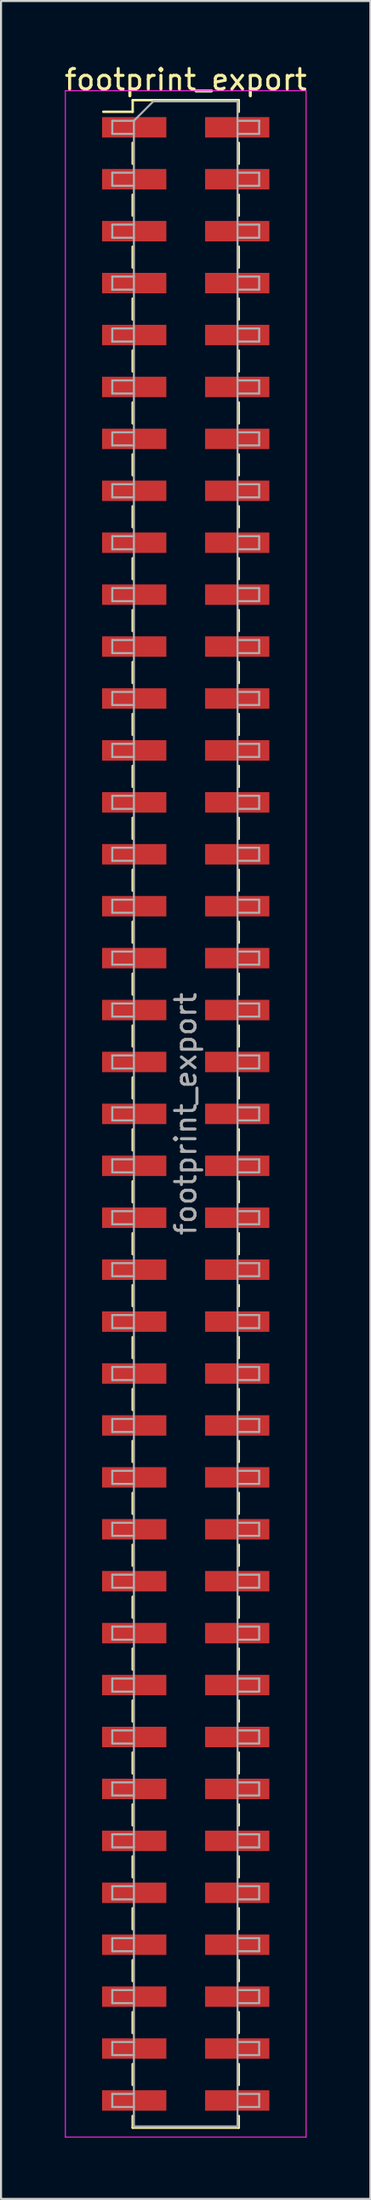
<source format=kicad_pcb>
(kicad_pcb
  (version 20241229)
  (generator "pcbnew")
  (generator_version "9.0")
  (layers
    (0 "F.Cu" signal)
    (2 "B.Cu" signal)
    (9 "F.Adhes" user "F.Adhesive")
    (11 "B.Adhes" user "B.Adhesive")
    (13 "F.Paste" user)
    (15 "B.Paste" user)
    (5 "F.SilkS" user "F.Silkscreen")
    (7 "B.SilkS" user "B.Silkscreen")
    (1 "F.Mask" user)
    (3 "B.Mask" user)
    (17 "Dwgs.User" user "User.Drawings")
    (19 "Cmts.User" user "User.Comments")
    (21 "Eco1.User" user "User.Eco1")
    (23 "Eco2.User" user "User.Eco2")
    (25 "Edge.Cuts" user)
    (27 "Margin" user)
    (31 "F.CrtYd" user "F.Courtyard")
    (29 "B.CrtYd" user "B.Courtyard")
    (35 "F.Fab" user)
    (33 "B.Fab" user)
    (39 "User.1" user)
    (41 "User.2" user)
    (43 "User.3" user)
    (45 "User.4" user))
  (footprint "footprint_export"
    (layer "F.Cu")
    (at 6.054 51.438)
    (property "Reference" "footprint_export" (at 0 -50.59 0) (layer "F.SilkS") (effects (font (size 1 1) (thickness 0.15))))
    (attr smd)
    (fp_line (start -4.04 -49.02) (end -2.6 -49.02) (stroke (width 0.12) (type solid)) (layer "F.SilkS"))
    (fp_line (start -2.6 -49.59) (end -2.6 -49.02) (stroke (width 0.12) (type solid)) (layer "F.SilkS"))
    (fp_line (start -2.6 -49.59) (end 2.6 -49.59) (stroke (width 0.12) (type solid)) (layer "F.SilkS"))
    (fp_line (start -2.6 -47.5) (end -2.6 -46.48) (stroke (width 0.12) (type solid)) (layer "F.SilkS"))
    (fp_line (start -2.6 -44.96) (end -2.6 -43.94) (stroke (width 0.12) (type solid)) (layer "F.SilkS"))
    (fp_line (start -2.6 -42.42) (end -2.6 -41.4) (stroke (width 0.12) (type solid)) (layer "F.SilkS"))
    (fp_line (start -2.6 -39.88) (end -2.6 -38.86) (stroke (width 0.12) (type solid)) (layer "F.SilkS"))
    (fp_line (start -2.6 -37.34) (end -2.6 -36.32) (stroke (width 0.12) (type solid)) (layer "F.SilkS"))
    (fp_line (start -2.6 -34.8) (end -2.6 -33.78) (stroke (width 0.12) (type solid)) (layer "F.SilkS"))
    (fp_line (start -2.6 -32.26) (end -2.6 -31.24) (stroke (width 0.12) (type solid)) (layer "F.SilkS"))
    (fp_line (start -2.6 -29.72) (end -2.6 -28.7) (stroke (width 0.12) (type solid)) (layer "F.SilkS"))
    (fp_line (start -2.6 -27.18) (end -2.6 -26.16) (stroke (width 0.12) (type solid)) (layer "F.SilkS"))
    (fp_line (start -2.6 -24.64) (end -2.6 -23.62) (stroke (width 0.12) (type solid)) (layer "F.SilkS"))
    (fp_line (start -2.6 -22.1) (end -2.6 -21.08) (stroke (width 0.12) (type solid)) (layer "F.SilkS"))
    (fp_line (start -2.6 -19.56) (end -2.6 -18.54) (stroke (width 0.12) (type solid)) (layer "F.SilkS"))
    (fp_line (start -2.6 -17.02) (end -2.6 -16) (stroke (width 0.12) (type solid)) (layer "F.SilkS"))
    (fp_line (start -2.6 -14.48) (end -2.6 -13.46) (stroke (width 0.12) (type solid)) (layer "F.SilkS"))
    (fp_line (start -2.6 -11.94) (end -2.6 -10.92) (stroke (width 0.12) (type solid)) (layer "F.SilkS"))
    (fp_line (start -2.6 -9.4) (end -2.6 -8.38) (stroke (width 0.12) (type solid)) (layer "F.SilkS"))
    (fp_line (start -2.6 -6.86) (end -2.6 -5.84) (stroke (width 0.12) (type solid)) (layer "F.SilkS"))
    (fp_line (start -2.6 -4.32) (end -2.6 -3.3) (stroke (width 0.12) (type solid)) (layer "F.SilkS"))
    (fp_line (start -2.6 -1.78) (end -2.6 -0.76) (stroke (width 0.12) (type solid)) (layer "F.SilkS"))
    (fp_line (start -2.6 0.76) (end -2.6 1.78) (stroke (width 0.12) (type solid)) (layer "F.SilkS"))
    (fp_line (start -2.6 3.3) (end -2.6 4.32) (stroke (width 0.12) (type solid)) (layer "F.SilkS"))
    (fp_line (start -2.6 5.84) (end -2.6 6.86) (stroke (width 0.12) (type solid)) (layer "F.SilkS"))
    (fp_line (start -2.6 8.38) (end -2.6 9.4) (stroke (width 0.12) (type solid)) (layer "F.SilkS"))
    (fp_line (start -2.6 10.92) (end -2.6 11.94) (stroke (width 0.12) (type solid)) (layer "F.SilkS"))
    (fp_line (start -2.6 13.46) (end -2.6 14.48) (stroke (width 0.12) (type solid)) (layer "F.SilkS"))
    (fp_line (start -2.6 16) (end -2.6 17.02) (stroke (width 0.12) (type solid)) (layer "F.SilkS"))
    (fp_line (start -2.6 18.54) (end -2.6 19.56) (stroke (width 0.12) (type solid)) (layer "F.SilkS"))
    (fp_line (start -2.6 21.08) (end -2.6 22.1) (stroke (width 0.12) (type solid)) (layer "F.SilkS"))
    (fp_line (start -2.6 23.62) (end -2.6 24.64) (stroke (width 0.12) (type solid)) (layer "F.SilkS"))
    (fp_line (start -2.6 26.16) (end -2.6 27.18) (stroke (width 0.12) (type solid)) (layer "F.SilkS"))
    (fp_line (start -2.6 28.7) (end -2.6 29.72) (stroke (width 0.12) (type solid)) (layer "F.SilkS"))
    (fp_line (start -2.6 31.24) (end -2.6 32.26) (stroke (width 0.12) (type solid)) (layer "F.SilkS"))
    (fp_line (start -2.6 33.78) (end -2.6 34.8) (stroke (width 0.12) (type solid)) (layer "F.SilkS"))
    (fp_line (start -2.6 36.32) (end -2.6 37.34) (stroke (width 0.12) (type solid)) (layer "F.SilkS"))
    (fp_line (start -2.6 38.86) (end -2.6 39.88) (stroke (width 0.12) (type solid)) (layer "F.SilkS"))
    (fp_line (start -2.6 41.4) (end -2.6 42.42) (stroke (width 0.12) (type solid)) (layer "F.SilkS"))
    (fp_line (start -2.6 43.94) (end -2.6 44.96) (stroke (width 0.12) (type solid)) (layer "F.SilkS"))
    (fp_line (start -2.6 46.48) (end -2.6 47.5) (stroke (width 0.12) (type solid)) (layer "F.SilkS"))
    (fp_line (start -2.6 49.02) (end -2.6 49.59) (stroke (width 0.12) (type solid)) (layer "F.SilkS"))
    (fp_line (start -2.6 49.59) (end 2.6 49.59) (stroke (width 0.12) (type solid)) (layer "F.SilkS"))
    (fp_line (start 2.6 -49.59) (end 2.6 -49.02) (stroke (width 0.12) (type solid)) (layer "F.SilkS"))
    (fp_line (start 2.6 -47.5) (end 2.6 -46.48) (stroke (width 0.12) (type solid)) (layer "F.SilkS"))
    (fp_line (start 2.6 -44.96) (end 2.6 -43.94) (stroke (width 0.12) (type solid)) (layer "F.SilkS"))
    (fp_line (start 2.6 -42.42) (end 2.6 -41.4) (stroke (width 0.12) (type solid)) (layer "F.SilkS"))
    (fp_line (start 2.6 -39.88) (end 2.6 -38.86) (stroke (width 0.12) (type solid)) (layer "F.SilkS"))
    (fp_line (start 2.6 -37.34) (end 2.6 -36.32) (stroke (width 0.12) (type solid)) (layer "F.SilkS"))
    (fp_line (start 2.6 -34.8) (end 2.6 -33.78) (stroke (width 0.12) (type solid)) (layer "F.SilkS"))
    (fp_line (start 2.6 -32.26) (end 2.6 -31.24) (stroke (width 0.12) (type solid)) (layer "F.SilkS"))
    (fp_line (start 2.6 -29.72) (end 2.6 -28.7) (stroke (width 0.12) (type solid)) (layer "F.SilkS"))
    (fp_line (start 2.6 -27.18) (end 2.6 -26.16) (stroke (width 0.12) (type solid)) (layer "F.SilkS"))
    (fp_line (start 2.6 -24.64) (end 2.6 -23.62) (stroke (width 0.12) (type solid)) (layer "F.SilkS"))
    (fp_line (start 2.6 -22.1) (end 2.6 -21.08) (stroke (width 0.12) (type solid)) (layer "F.SilkS"))
    (fp_line (start 2.6 -19.56) (end 2.6 -18.54) (stroke (width 0.12) (type solid)) (layer "F.SilkS"))
    (fp_line (start 2.6 -17.02) (end 2.6 -16) (stroke (width 0.12) (type solid)) (layer "F.SilkS"))
    (fp_line (start 2.6 -14.48) (end 2.6 -13.46) (stroke (width 0.12) (type solid)) (layer "F.SilkS"))
    (fp_line (start 2.6 -11.94) (end 2.6 -10.92) (stroke (width 0.12) (type solid)) (layer "F.SilkS"))
    (fp_line (start 2.6 -9.4) (end 2.6 -8.38) (stroke (width 0.12) (type solid)) (layer "F.SilkS"))
    (fp_line (start 2.6 -6.86) (end 2.6 -5.84) (stroke (width 0.12) (type solid)) (layer "F.SilkS"))
    (fp_line (start 2.6 -4.32) (end 2.6 -3.3) (stroke (width 0.12) (type solid)) (layer "F.SilkS"))
    (fp_line (start 2.6 -1.78) (end 2.6 -0.76) (stroke (width 0.12) (type solid)) (layer "F.SilkS"))
    (fp_line (start 2.6 0.76) (end 2.6 1.78) (stroke (width 0.12) (type solid)) (layer "F.SilkS"))
    (fp_line (start 2.6 3.3) (end 2.6 4.32) (stroke (width 0.12) (type solid)) (layer "F.SilkS"))
    (fp_line (start 2.6 5.84) (end 2.6 6.86) (stroke (width 0.12) (type solid)) (layer "F.SilkS"))
    (fp_line (start 2.6 8.38) (end 2.6 9.4) (stroke (width 0.12) (type solid)) (layer "F.SilkS"))
    (fp_line (start 2.6 10.92) (end 2.6 11.94) (stroke (width 0.12) (type solid)) (layer "F.SilkS"))
    (fp_line (start 2.6 13.46) (end 2.6 14.48) (stroke (width 0.12) (type solid)) (layer "F.SilkS"))
    (fp_line (start 2.6 16) (end 2.6 17.02) (stroke (width 0.12) (type solid)) (layer "F.SilkS"))
    (fp_line (start 2.6 18.54) (end 2.6 19.56) (stroke (width 0.12) (type solid)) (layer "F.SilkS"))
    (fp_line (start 2.6 21.08) (end 2.6 22.1) (stroke (width 0.12) (type solid)) (layer "F.SilkS"))
    (fp_line (start 2.6 23.62) (end 2.6 24.64) (stroke (width 0.12) (type solid)) (layer "F.SilkS"))
    (fp_line (start 2.6 26.16) (end 2.6 27.18) (stroke (width 0.12) (type solid)) (layer "F.SilkS"))
    (fp_line (start 2.6 28.7) (end 2.6 29.72) (stroke (width 0.12) (type solid)) (layer "F.SilkS"))
    (fp_line (start 2.6 31.24) (end 2.6 32.26) (stroke (width 0.12) (type solid)) (layer "F.SilkS"))
    (fp_line (start 2.6 33.78) (end 2.6 34.8) (stroke (width 0.12) (type solid)) (layer "F.SilkS"))
    (fp_line (start 2.6 36.32) (end 2.6 37.34) (stroke (width 0.12) (type solid)) (layer "F.SilkS"))
    (fp_line (start 2.6 38.86) (end 2.6 39.88) (stroke (width 0.12) (type solid)) (layer "F.SilkS"))
    (fp_line (start 2.6 41.4) (end 2.6 42.42) (stroke (width 0.12) (type solid)) (layer "F.SilkS"))
    (fp_line (start 2.6 43.94) (end 2.6 44.96) (stroke (width 0.12) (type solid)) (layer "F.SilkS"))
    (fp_line (start 2.6 46.48) (end 2.6 47.5) (stroke (width 0.12) (type solid)) (layer "F.SilkS"))
    (fp_line (start 2.6 49.02) (end 2.6 49.59) (stroke (width 0.12) (type solid)) (layer "F.SilkS"))
    (fp_line (start -5.9 -50.05) (end -5.9 50.05) (stroke (width 0.05) (type solid)) (layer "F.CrtYd"))
    (fp_line (start -5.9 50.05) (end 5.9 50.05) (stroke (width 0.05) (type solid)) (layer "F.CrtYd"))
    (fp_line (start 5.9 -50.05) (end -5.9 -50.05) (stroke (width 0.05) (type solid)) (layer "F.CrtYd"))
    (fp_line (start 5.9 50.05) (end 5.9 -50.05) (stroke (width 0.05) (type solid)) (layer "F.CrtYd"))
    (fp_line (start -3.6 -48.58) (end -3.6 -47.94) (stroke (width 0.1) (type solid)) (layer "F.Fab"))
    (fp_line (start -3.6 -47.94) (end -2.54 -47.94) (stroke (width 0.1) (type solid)) (layer "F.Fab"))
    (fp_line (start -3.6 -46.04) (end -3.6 -45.4) (stroke (width 0.1) (type solid)) (layer "F.Fab"))
    (fp_line (start -3.6 -45.4) (end -2.54 -45.4) (stroke (width 0.1) (type solid)) (layer "F.Fab"))
    (fp_line (start -3.6 -43.5) (end -3.6 -42.86) (stroke (width 0.1) (type solid)) (layer "F.Fab"))
    (fp_line (start -3.6 -42.86) (end -2.54 -42.86) (stroke (width 0.1) (type solid)) (layer "F.Fab"))
    (fp_line (start -3.6 -40.96) (end -3.6 -40.32) (stroke (width 0.1) (type solid)) (layer "F.Fab"))
    (fp_line (start -3.6 -40.32) (end -2.54 -40.32) (stroke (width 0.1) (type solid)) (layer "F.Fab"))
    (fp_line (start -3.6 -38.42) (end -3.6 -37.78) (stroke (width 0.1) (type solid)) (layer "F.Fab"))
    (fp_line (start -3.6 -37.78) (end -2.54 -37.78) (stroke (width 0.1) (type solid)) (layer "F.Fab"))
    (fp_line (start -3.6 -35.88) (end -3.6 -35.24) (stroke (width 0.1) (type solid)) (layer "F.Fab"))
    (fp_line (start -3.6 -35.24) (end -2.54 -35.24) (stroke (width 0.1) (type solid)) (layer "F.Fab"))
    (fp_line (start -3.6 -33.34) (end -3.6 -32.7) (stroke (width 0.1) (type solid)) (layer "F.Fab"))
    (fp_line (start -3.6 -32.7) (end -2.54 -32.7) (stroke (width 0.1) (type solid)) (layer "F.Fab"))
    (fp_line (start -3.6 -30.8) (end -3.6 -30.16) (stroke (width 0.1) (type solid)) (layer "F.Fab"))
    (fp_line (start -3.6 -30.16) (end -2.54 -30.16) (stroke (width 0.1) (type solid)) (layer "F.Fab"))
    (fp_line (start -3.6 -28.26) (end -3.6 -27.62) (stroke (width 0.1) (type solid)) (layer "F.Fab"))
    (fp_line (start -3.6 -27.62) (end -2.54 -27.62) (stroke (width 0.1) (type solid)) (layer "F.Fab"))
    (fp_line (start -3.6 -25.72) (end -3.6 -25.08) (stroke (width 0.1) (type solid)) (layer "F.Fab"))
    (fp_line (start -3.6 -25.08) (end -2.54 -25.08) (stroke (width 0.1) (type solid)) (layer "F.Fab"))
    (fp_line (start -3.6 -23.18) (end -3.6 -22.54) (stroke (width 0.1) (type solid)) (layer "F.Fab"))
    (fp_line (start -3.6 -22.54) (end -2.54 -22.54) (stroke (width 0.1) (type solid)) (layer "F.Fab"))
    (fp_line (start -3.6 -20.64) (end -3.6 -20) (stroke (width 0.1) (type solid)) (layer "F.Fab"))
    (fp_line (start -3.6 -20) (end -2.54 -20) (stroke (width 0.1) (type solid)) (layer "F.Fab"))
    (fp_line (start -3.6 -18.1) (end -3.6 -17.46) (stroke (width 0.1) (type solid)) (layer "F.Fab"))
    (fp_line (start -3.6 -17.46) (end -2.54 -17.46) (stroke (width 0.1) (type solid)) (layer "F.Fab"))
    (fp_line (start -3.6 -15.56) (end -3.6 -14.92) (stroke (width 0.1) (type solid)) (layer "F.Fab"))
    (fp_line (start -3.6 -14.92) (end -2.54 -14.92) (stroke (width 0.1) (type solid)) (layer "F.Fab"))
    (fp_line (start -3.6 -13.02) (end -3.6 -12.38) (stroke (width 0.1) (type solid)) (layer "F.Fab"))
    (fp_line (start -3.6 -12.38) (end -2.54 -12.38) (stroke (width 0.1) (type solid)) (layer "F.Fab"))
    (fp_line (start -3.6 -10.48) (end -3.6 -9.84) (stroke (width 0.1) (type solid)) (layer "F.Fab"))
    (fp_line (start -3.6 -9.84) (end -2.54 -9.84) (stroke (width 0.1) (type solid)) (layer "F.Fab"))
    (fp_line (start -3.6 -7.94) (end -3.6 -7.3) (stroke (width 0.1) (type solid)) (layer "F.Fab"))
    (fp_line (start -3.6 -7.3) (end -2.54 -7.3) (stroke (width 0.1) (type solid)) (layer "F.Fab"))
    (fp_line (start -3.6 -5.4) (end -3.6 -4.76) (stroke (width 0.1) (type solid)) (layer "F.Fab"))
    (fp_line (start -3.6 -4.76) (end -2.54 -4.76) (stroke (width 0.1) (type solid)) (layer "F.Fab"))
    (fp_line (start -3.6 -2.86) (end -3.6 -2.22) (stroke (width 0.1) (type solid)) (layer "F.Fab"))
    (fp_line (start -3.6 -2.22) (end -2.54 -2.22) (stroke (width 0.1) (type solid)) (layer "F.Fab"))
    (fp_line (start -3.6 -0.32) (end -3.6 0.32) (stroke (width 0.1) (type solid)) (layer "F.Fab"))
    (fp_line (start -3.6 0.32) (end -2.54 0.32) (stroke (width 0.1) (type solid)) (layer "F.Fab"))
    (fp_line (start -3.6 2.22) (end -3.6 2.86) (stroke (width 0.1) (type solid)) (layer "F.Fab"))
    (fp_line (start -3.6 2.86) (end -2.54 2.86) (stroke (width 0.1) (type solid)) (layer "F.Fab"))
    (fp_line (start -3.6 4.76) (end -3.6 5.4) (stroke (width 0.1) (type solid)) (layer "F.Fab"))
    (fp_line (start -3.6 5.4) (end -2.54 5.4) (stroke (width 0.1) (type solid)) (layer "F.Fab"))
    (fp_line (start -3.6 7.3) (end -3.6 7.94) (stroke (width 0.1) (type solid)) (layer "F.Fab"))
    (fp_line (start -3.6 7.94) (end -2.54 7.94) (stroke (width 0.1) (type solid)) (layer "F.Fab"))
    (fp_line (start -3.6 9.84) (end -3.6 10.48) (stroke (width 0.1) (type solid)) (layer "F.Fab"))
    (fp_line (start -3.6 10.48) (end -2.54 10.48) (stroke (width 0.1) (type solid)) (layer "F.Fab"))
    (fp_line (start -3.6 12.38) (end -3.6 13.02) (stroke (width 0.1) (type solid)) (layer "F.Fab"))
    (fp_line (start -3.6 13.02) (end -2.54 13.02) (stroke (width 0.1) (type solid)) (layer "F.Fab"))
    (fp_line (start -3.6 14.92) (end -3.6 15.56) (stroke (width 0.1) (type solid)) (layer "F.Fab"))
    (fp_line (start -3.6 15.56) (end -2.54 15.56) (stroke (width 0.1) (type solid)) (layer "F.Fab"))
    (fp_line (start -3.6 17.46) (end -3.6 18.1) (stroke (width 0.1) (type solid)) (layer "F.Fab"))
    (fp_line (start -3.6 18.1) (end -2.54 18.1) (stroke (width 0.1) (type solid)) (layer "F.Fab"))
    (fp_line (start -3.6 20) (end -3.6 20.64) (stroke (width 0.1) (type solid)) (layer "F.Fab"))
    (fp_line (start -3.6 20.64) (end -2.54 20.64) (stroke (width 0.1) (type solid)) (layer "F.Fab"))
    (fp_line (start -3.6 22.54) (end -3.6 23.18) (stroke (width 0.1) (type solid)) (layer "F.Fab"))
    (fp_line (start -3.6 23.18) (end -2.54 23.18) (stroke (width 0.1) (type solid)) (layer "F.Fab"))
    (fp_line (start -3.6 25.08) (end -3.6 25.72) (stroke (width 0.1) (type solid)) (layer "F.Fab"))
    (fp_line (start -3.6 25.72) (end -2.54 25.72) (stroke (width 0.1) (type solid)) (layer "F.Fab"))
    (fp_line (start -3.6 27.62) (end -3.6 28.26) (stroke (width 0.1) (type solid)) (layer "F.Fab"))
    (fp_line (start -3.6 28.26) (end -2.54 28.26) (stroke (width 0.1) (type solid)) (layer "F.Fab"))
    (fp_line (start -3.6 30.16) (end -3.6 30.8) (stroke (width 0.1) (type solid)) (layer "F.Fab"))
    (fp_line (start -3.6 30.8) (end -2.54 30.8) (stroke (width 0.1) (type solid)) (layer "F.Fab"))
    (fp_line (start -3.6 32.7) (end -3.6 33.34) (stroke (width 0.1) (type solid)) (layer "F.Fab"))
    (fp_line (start -3.6 33.34) (end -2.54 33.34) (stroke (width 0.1) (type solid)) (layer "F.Fab"))
    (fp_line (start -3.6 35.24) (end -3.6 35.88) (stroke (width 0.1) (type solid)) (layer "F.Fab"))
    (fp_line (start -3.6 35.88) (end -2.54 35.88) (stroke (width 0.1) (type solid)) (layer "F.Fab"))
    (fp_line (start -3.6 37.78) (end -3.6 38.42) (stroke (width 0.1) (type solid)) (layer "F.Fab"))
    (fp_line (start -3.6 38.42) (end -2.54 38.42) (stroke (width 0.1) (type solid)) (layer "F.Fab"))
    (fp_line (start -3.6 40.32) (end -3.6 40.96) (stroke (width 0.1) (type solid)) (layer "F.Fab"))
    (fp_line (start -3.6 40.96) (end -2.54 40.96) (stroke (width 0.1) (type solid)) (layer "F.Fab"))
    (fp_line (start -3.6 42.86) (end -3.6 43.5) (stroke (width 0.1) (type solid)) (layer "F.Fab"))
    (fp_line (start -3.6 43.5) (end -2.54 43.5) (stroke (width 0.1) (type solid)) (layer "F.Fab"))
    (fp_line (start -3.6 45.4) (end -3.6 46.04) (stroke (width 0.1) (type solid)) (layer "F.Fab"))
    (fp_line (start -3.6 46.04) (end -2.54 46.04) (stroke (width 0.1) (type solid)) (layer "F.Fab"))
    (fp_line (start -3.6 47.94) (end -3.6 48.58) (stroke (width 0.1) (type solid)) (layer "F.Fab"))
    (fp_line (start -3.6 48.58) (end -2.54 48.58) (stroke (width 0.1) (type solid)) (layer "F.Fab"))
    (fp_line (start -2.54 -48.58) (end -3.6 -48.58) (stroke (width 0.1) (type solid)) (layer "F.Fab"))
    (fp_line (start -2.54 -48.58) (end -1.59 -49.53) (stroke (width 0.1) (type solid)) (layer "F.Fab"))
    (fp_line (start -2.54 -46.04) (end -3.6 -46.04) (stroke (width 0.1) (type solid)) (layer "F.Fab"))
    (fp_line (start -2.54 -43.5) (end -3.6 -43.5) (stroke (width 0.1) (type solid)) (layer "F.Fab"))
    (fp_line (start -2.54 -40.96) (end -3.6 -40.96) (stroke (width 0.1) (type solid)) (layer "F.Fab"))
    (fp_line (start -2.54 -38.42) (end -3.6 -38.42) (stroke (width 0.1) (type solid)) (layer "F.Fab"))
    (fp_line (start -2.54 -35.88) (end -3.6 -35.88) (stroke (width 0.1) (type solid)) (layer "F.Fab"))
    (fp_line (start -2.54 -33.34) (end -3.6 -33.34) (stroke (width 0.1) (type solid)) (layer "F.Fab"))
    (fp_line (start -2.54 -30.8) (end -3.6 -30.8) (stroke (width 0.1) (type solid)) (layer "F.Fab"))
    (fp_line (start -2.54 -28.26) (end -3.6 -28.26) (stroke (width 0.1) (type solid)) (layer "F.Fab"))
    (fp_line (start -2.54 -25.72) (end -3.6 -25.72) (stroke (width 0.1) (type solid)) (layer "F.Fab"))
    (fp_line (start -2.54 -23.18) (end -3.6 -23.18) (stroke (width 0.1) (type solid)) (layer "F.Fab"))
    (fp_line (start -2.54 -20.64) (end -3.6 -20.64) (stroke (width 0.1) (type solid)) (layer "F.Fab"))
    (fp_line (start -2.54 -18.1) (end -3.6 -18.1) (stroke (width 0.1) (type solid)) (layer "F.Fab"))
    (fp_line (start -2.54 -15.56) (end -3.6 -15.56) (stroke (width 0.1) (type solid)) (layer "F.Fab"))
    (fp_line (start -2.54 -13.02) (end -3.6 -13.02) (stroke (width 0.1) (type solid)) (layer "F.Fab"))
    (fp_line (start -2.54 -10.48) (end -3.6 -10.48) (stroke (width 0.1) (type solid)) (layer "F.Fab"))
    (fp_line (start -2.54 -7.94) (end -3.6 -7.94) (stroke (width 0.1) (type solid)) (layer "F.Fab"))
    (fp_line (start -2.54 -5.4) (end -3.6 -5.4) (stroke (width 0.1) (type solid)) (layer "F.Fab"))
    (fp_line (start -2.54 -2.86) (end -3.6 -2.86) (stroke (width 0.1) (type solid)) (layer "F.Fab"))
    (fp_line (start -2.54 -0.32) (end -3.6 -0.32) (stroke (width 0.1) (type solid)) (layer "F.Fab"))
    (fp_line (start -2.54 2.22) (end -3.6 2.22) (stroke (width 0.1) (type solid)) (layer "F.Fab"))
    (fp_line (start -2.54 4.76) (end -3.6 4.76) (stroke (width 0.1) (type solid)) (layer "F.Fab"))
    (fp_line (start -2.54 7.3) (end -3.6 7.3) (stroke (width 0.1) (type solid)) (layer "F.Fab"))
    (fp_line (start -2.54 9.84) (end -3.6 9.84) (stroke (width 0.1) (type solid)) (layer "F.Fab"))
    (fp_line (start -2.54 12.38) (end -3.6 12.38) (stroke (width 0.1) (type solid)) (layer "F.Fab"))
    (fp_line (start -2.54 14.92) (end -3.6 14.92) (stroke (width 0.1) (type solid)) (layer "F.Fab"))
    (fp_line (start -2.54 17.46) (end -3.6 17.46) (stroke (width 0.1) (type solid)) (layer "F.Fab"))
    (fp_line (start -2.54 20) (end -3.6 20) (stroke (width 0.1) (type solid)) (layer "F.Fab"))
    (fp_line (start -2.54 22.54) (end -3.6 22.54) (stroke (width 0.1) (type solid)) (layer "F.Fab"))
    (fp_line (start -2.54 25.08) (end -3.6 25.08) (stroke (width 0.1) (type solid)) (layer "F.Fab"))
    (fp_line (start -2.54 27.62) (end -3.6 27.62) (stroke (width 0.1) (type solid)) (layer "F.Fab"))
    (fp_line (start -2.54 30.16) (end -3.6 30.16) (stroke (width 0.1) (type solid)) (layer "F.Fab"))
    (fp_line (start -2.54 32.7) (end -3.6 32.7) (stroke (width 0.1) (type solid)) (layer "F.Fab"))
    (fp_line (start -2.54 35.24) (end -3.6 35.24) (stroke (width 0.1) (type solid)) (layer "F.Fab"))
    (fp_line (start -2.54 37.78) (end -3.6 37.78) (stroke (width 0.1) (type solid)) (layer "F.Fab"))
    (fp_line (start -2.54 40.32) (end -3.6 40.32) (stroke (width 0.1) (type solid)) (layer "F.Fab"))
    (fp_line (start -2.54 42.86) (end -3.6 42.86) (stroke (width 0.1) (type solid)) (layer "F.Fab"))
    (fp_line (start -2.54 45.4) (end -3.6 45.4) (stroke (width 0.1) (type solid)) (layer "F.Fab"))
    (fp_line (start -2.54 47.94) (end -3.6 47.94) (stroke (width 0.1) (type solid)) (layer "F.Fab"))
    (fp_line (start -2.54 49.53) (end -2.54 -48.58) (stroke (width 0.1) (type solid)) (layer "F.Fab"))
    (fp_line (start -1.59 -49.53) (end 2.54 -49.53) (stroke (width 0.1) (type solid)) (layer "F.Fab"))
    (fp_line (start 2.54 -49.53) (end 2.54 49.53) (stroke (width 0.1) (type solid)) (layer "F.Fab"))
    (fp_line (start 2.54 -48.58) (end 3.6 -48.58) (stroke (width 0.1) (type solid)) (layer "F.Fab"))
    (fp_line (start 2.54 -46.04) (end 3.6 -46.04) (stroke (width 0.1) (type solid)) (layer "F.Fab"))
    (fp_line (start 2.54 -43.5) (end 3.6 -43.5) (stroke (width 0.1) (type solid)) (layer "F.Fab"))
    (fp_line (start 2.54 -40.96) (end 3.6 -40.96) (stroke (width 0.1) (type solid)) (layer "F.Fab"))
    (fp_line (start 2.54 -38.42) (end 3.6 -38.42) (stroke (width 0.1) (type solid)) (layer "F.Fab"))
    (fp_line (start 2.54 -35.88) (end 3.6 -35.88) (stroke (width 0.1) (type solid)) (layer "F.Fab"))
    (fp_line (start 2.54 -33.34) (end 3.6 -33.34) (stroke (width 0.1) (type solid)) (layer "F.Fab"))
    (fp_line (start 2.54 -30.8) (end 3.6 -30.8) (stroke (width 0.1) (type solid)) (layer "F.Fab"))
    (fp_line (start 2.54 -28.26) (end 3.6 -28.26) (stroke (width 0.1) (type solid)) (layer "F.Fab"))
    (fp_line (start 2.54 -25.72) (end 3.6 -25.72) (stroke (width 0.1) (type solid)) (layer "F.Fab"))
    (fp_line (start 2.54 -23.18) (end 3.6 -23.18) (stroke (width 0.1) (type solid)) (layer "F.Fab"))
    (fp_line (start 2.54 -20.64) (end 3.6 -20.64) (stroke (width 0.1) (type solid)) (layer "F.Fab"))
    (fp_line (start 2.54 -18.1) (end 3.6 -18.1) (stroke (width 0.1) (type solid)) (layer "F.Fab"))
    (fp_line (start 2.54 -15.56) (end 3.6 -15.56) (stroke (width 0.1) (type solid)) (layer "F.Fab"))
    (fp_line (start 2.54 -13.02) (end 3.6 -13.02) (stroke (width 0.1) (type solid)) (layer "F.Fab"))
    (fp_line (start 2.54 -10.48) (end 3.6 -10.48) (stroke (width 0.1) (type solid)) (layer "F.Fab"))
    (fp_line (start 2.54 -7.94) (end 3.6 -7.94) (stroke (width 0.1) (type solid)) (layer "F.Fab"))
    (fp_line (start 2.54 -5.4) (end 3.6 -5.4) (stroke (width 0.1) (type solid)) (layer "F.Fab"))
    (fp_line (start 2.54 -2.86) (end 3.6 -2.86) (stroke (width 0.1) (type solid)) (layer "F.Fab"))
    (fp_line (start 2.54 -0.32) (end 3.6 -0.32) (stroke (width 0.1) (type solid)) (layer "F.Fab"))
    (fp_line (start 2.54 2.22) (end 3.6 2.22) (stroke (width 0.1) (type solid)) (layer "F.Fab"))
    (fp_line (start 2.54 4.76) (end 3.6 4.76) (stroke (width 0.1) (type solid)) (layer "F.Fab"))
    (fp_line (start 2.54 7.3) (end 3.6 7.3) (stroke (width 0.1) (type solid)) (layer "F.Fab"))
    (fp_line (start 2.54 9.84) (end 3.6 9.84) (stroke (width 0.1) (type solid)) (layer "F.Fab"))
    (fp_line (start 2.54 12.38) (end 3.6 12.38) (stroke (width 0.1) (type solid)) (layer "F.Fab"))
    (fp_line (start 2.54 14.92) (end 3.6 14.92) (stroke (width 0.1) (type solid)) (layer "F.Fab"))
    (fp_line (start 2.54 17.46) (end 3.6 17.46) (stroke (width 0.1) (type solid)) (layer "F.Fab"))
    (fp_line (start 2.54 20) (end 3.6 20) (stroke (width 0.1) (type solid)) (layer "F.Fab"))
    (fp_line (start 2.54 22.54) (end 3.6 22.54) (stroke (width 0.1) (type solid)) (layer "F.Fab"))
    (fp_line (start 2.54 25.08) (end 3.6 25.08) (stroke (width 0.1) (type solid)) (layer "F.Fab"))
    (fp_line (start 2.54 27.62) (end 3.6 27.62) (stroke (width 0.1) (type solid)) (layer "F.Fab"))
    (fp_line (start 2.54 30.16) (end 3.6 30.16) (stroke (width 0.1) (type solid)) (layer "F.Fab"))
    (fp_line (start 2.54 32.7) (end 3.6 32.7) (stroke (width 0.1) (type solid)) (layer "F.Fab"))
    (fp_line (start 2.54 35.24) (end 3.6 35.24) (stroke (width 0.1) (type solid)) (layer "F.Fab"))
    (fp_line (start 2.54 37.78) (end 3.6 37.78) (stroke (width 0.1) (type solid)) (layer "F.Fab"))
    (fp_line (start 2.54 40.32) (end 3.6 40.32) (stroke (width 0.1) (type solid)) (layer "F.Fab"))
    (fp_line (start 2.54 42.86) (end 3.6 42.86) (stroke (width 0.1) (type solid)) (layer "F.Fab"))
    (fp_line (start 2.54 45.4) (end 3.6 45.4) (stroke (width 0.1) (type solid)) (layer "F.Fab"))
    (fp_line (start 2.54 47.94) (end 3.6 47.94) (stroke (width 0.1) (type solid)) (layer "F.Fab"))
    (fp_line (start 2.54 49.53) (end -2.54 49.53) (stroke (width 0.1) (type solid)) (layer "F.Fab"))
    (fp_line (start 3.6 -48.58) (end 3.6 -47.94) (stroke (width 0.1) (type solid)) (layer "F.Fab"))
    (fp_line (start 3.6 -47.94) (end 2.54 -47.94) (stroke (width 0.1) (type solid)) (layer "F.Fab"))
    (fp_line (start 3.6 -46.04) (end 3.6 -45.4) (stroke (width 0.1) (type solid)) (layer "F.Fab"))
    (fp_line (start 3.6 -45.4) (end 2.54 -45.4) (stroke (width 0.1) (type solid)) (layer "F.Fab"))
    (fp_line (start 3.6 -43.5) (end 3.6 -42.86) (stroke (width 0.1) (type solid)) (layer "F.Fab"))
    (fp_line (start 3.6 -42.86) (end 2.54 -42.86) (stroke (width 0.1) (type solid)) (layer "F.Fab"))
    (fp_line (start 3.6 -40.96) (end 3.6 -40.32) (stroke (width 0.1) (type solid)) (layer "F.Fab"))
    (fp_line (start 3.6 -40.32) (end 2.54 -40.32) (stroke (width 0.1) (type solid)) (layer "F.Fab"))
    (fp_line (start 3.6 -38.42) (end 3.6 -37.78) (stroke (width 0.1) (type solid)) (layer "F.Fab"))
    (fp_line (start 3.6 -37.78) (end 2.54 -37.78) (stroke (width 0.1) (type solid)) (layer "F.Fab"))
    (fp_line (start 3.6 -35.88) (end 3.6 -35.24) (stroke (width 0.1) (type solid)) (layer "F.Fab"))
    (fp_line (start 3.6 -35.24) (end 2.54 -35.24) (stroke (width 0.1) (type solid)) (layer "F.Fab"))
    (fp_line (start 3.6 -33.34) (end 3.6 -32.7) (stroke (width 0.1) (type solid)) (layer "F.Fab"))
    (fp_line (start 3.6 -32.7) (end 2.54 -32.7) (stroke (width 0.1) (type solid)) (layer "F.Fab"))
    (fp_line (start 3.6 -30.8) (end 3.6 -30.16) (stroke (width 0.1) (type solid)) (layer "F.Fab"))
    (fp_line (start 3.6 -30.16) (end 2.54 -30.16) (stroke (width 0.1) (type solid)) (layer "F.Fab"))
    (fp_line (start 3.6 -28.26) (end 3.6 -27.62) (stroke (width 0.1) (type solid)) (layer "F.Fab"))
    (fp_line (start 3.6 -27.62) (end 2.54 -27.62) (stroke (width 0.1) (type solid)) (layer "F.Fab"))
    (fp_line (start 3.6 -25.72) (end 3.6 -25.08) (stroke (width 0.1) (type solid)) (layer "F.Fab"))
    (fp_line (start 3.6 -25.08) (end 2.54 -25.08) (stroke (width 0.1) (type solid)) (layer "F.Fab"))
    (fp_line (start 3.6 -23.18) (end 3.6 -22.54) (stroke (width 0.1) (type solid)) (layer "F.Fab"))
    (fp_line (start 3.6 -22.54) (end 2.54 -22.54) (stroke (width 0.1) (type solid)) (layer "F.Fab"))
    (fp_line (start 3.6 -20.64) (end 3.6 -20) (stroke (width 0.1) (type solid)) (layer "F.Fab"))
    (fp_line (start 3.6 -20) (end 2.54 -20) (stroke (width 0.1) (type solid)) (layer "F.Fab"))
    (fp_line (start 3.6 -18.1) (end 3.6 -17.46) (stroke (width 0.1) (type solid)) (layer "F.Fab"))
    (fp_line (start 3.6 -17.46) (end 2.54 -17.46) (stroke (width 0.1) (type solid)) (layer "F.Fab"))
    (fp_line (start 3.6 -15.56) (end 3.6 -14.92) (stroke (width 0.1) (type solid)) (layer "F.Fab"))
    (fp_line (start 3.6 -14.92) (end 2.54 -14.92) (stroke (width 0.1) (type solid)) (layer "F.Fab"))
    (fp_line (start 3.6 -13.02) (end 3.6 -12.38) (stroke (width 0.1) (type solid)) (layer "F.Fab"))
    (fp_line (start 3.6 -12.38) (end 2.54 -12.38) (stroke (width 0.1) (type solid)) (layer "F.Fab"))
    (fp_line (start 3.6 -10.48) (end 3.6 -9.84) (stroke (width 0.1) (type solid)) (layer "F.Fab"))
    (fp_line (start 3.6 -9.84) (end 2.54 -9.84) (stroke (width 0.1) (type solid)) (layer "F.Fab"))
    (fp_line (start 3.6 -7.94) (end 3.6 -7.3) (stroke (width 0.1) (type solid)) (layer "F.Fab"))
    (fp_line (start 3.6 -7.3) (end 2.54 -7.3) (stroke (width 0.1) (type solid)) (layer "F.Fab"))
    (fp_line (start 3.6 -5.4) (end 3.6 -4.76) (stroke (width 0.1) (type solid)) (layer "F.Fab"))
    (fp_line (start 3.6 -4.76) (end 2.54 -4.76) (stroke (width 0.1) (type solid)) (layer "F.Fab"))
    (fp_line (start 3.6 -2.86) (end 3.6 -2.22) (stroke (width 0.1) (type solid)) (layer "F.Fab"))
    (fp_line (start 3.6 -2.22) (end 2.54 -2.22) (stroke (width 0.1) (type solid)) (layer "F.Fab"))
    (fp_line (start 3.6 -0.32) (end 3.6 0.32) (stroke (width 0.1) (type solid)) (layer "F.Fab"))
    (fp_line (start 3.6 0.32) (end 2.54 0.32) (stroke (width 0.1) (type solid)) (layer "F.Fab"))
    (fp_line (start 3.6 2.22) (end 3.6 2.86) (stroke (width 0.1) (type solid)) (layer "F.Fab"))
    (fp_line (start 3.6 2.86) (end 2.54 2.86) (stroke (width 0.1) (type solid)) (layer "F.Fab"))
    (fp_line (start 3.6 4.76) (end 3.6 5.4) (stroke (width 0.1) (type solid)) (layer "F.Fab"))
    (fp_line (start 3.6 5.4) (end 2.54 5.4) (stroke (width 0.1) (type solid)) (layer "F.Fab"))
    (fp_line (start 3.6 7.3) (end 3.6 7.94) (stroke (width 0.1) (type solid)) (layer "F.Fab"))
    (fp_line (start 3.6 7.94) (end 2.54 7.94) (stroke (width 0.1) (type solid)) (layer "F.Fab"))
    (fp_line (start 3.6 9.84) (end 3.6 10.48) (stroke (width 0.1) (type solid)) (layer "F.Fab"))
    (fp_line (start 3.6 10.48) (end 2.54 10.48) (stroke (width 0.1) (type solid)) (layer "F.Fab"))
    (fp_line (start 3.6 12.38) (end 3.6 13.02) (stroke (width 0.1) (type solid)) (layer "F.Fab"))
    (fp_line (start 3.6 13.02) (end 2.54 13.02) (stroke (width 0.1) (type solid)) (layer "F.Fab"))
    (fp_line (start 3.6 14.92) (end 3.6 15.56) (stroke (width 0.1) (type solid)) (layer "F.Fab"))
    (fp_line (start 3.6 15.56) (end 2.54 15.56) (stroke (width 0.1) (type solid)) (layer "F.Fab"))
    (fp_line (start 3.6 17.46) (end 3.6 18.1) (stroke (width 0.1) (type solid)) (layer "F.Fab"))
    (fp_line (start 3.6 18.1) (end 2.54 18.1) (stroke (width 0.1) (type solid)) (layer "F.Fab"))
    (fp_line (start 3.6 20) (end 3.6 20.64) (stroke (width 0.1) (type solid)) (layer "F.Fab"))
    (fp_line (start 3.6 20.64) (end 2.54 20.64) (stroke (width 0.1) (type solid)) (layer "F.Fab"))
    (fp_line (start 3.6 22.54) (end 3.6 23.18) (stroke (width 0.1) (type solid)) (layer "F.Fab"))
    (fp_line (start 3.6 23.18) (end 2.54 23.18) (stroke (width 0.1) (type solid)) (layer "F.Fab"))
    (fp_line (start 3.6 25.08) (end 3.6 25.72) (stroke (width 0.1) (type solid)) (layer "F.Fab"))
    (fp_line (start 3.6 25.72) (end 2.54 25.72) (stroke (width 0.1) (type solid)) (layer "F.Fab"))
    (fp_line (start 3.6 27.62) (end 3.6 28.26) (stroke (width 0.1) (type solid)) (layer "F.Fab"))
    (fp_line (start 3.6 28.26) (end 2.54 28.26) (stroke (width 0.1) (type solid)) (layer "F.Fab"))
    (fp_line (start 3.6 30.16) (end 3.6 30.8) (stroke (width 0.1) (type solid)) (layer "F.Fab"))
    (fp_line (start 3.6 30.8) (end 2.54 30.8) (stroke (width 0.1) (type solid)) (layer "F.Fab"))
    (fp_line (start 3.6 32.7) (end 3.6 33.34) (stroke (width 0.1) (type solid)) (layer "F.Fab"))
    (fp_line (start 3.6 33.34) (end 2.54 33.34) (stroke (width 0.1) (type solid)) (layer "F.Fab"))
    (fp_line (start 3.6 35.24) (end 3.6 35.88) (stroke (width 0.1) (type solid)) (layer "F.Fab"))
    (fp_line (start 3.6 35.88) (end 2.54 35.88) (stroke (width 0.1) (type solid)) (layer "F.Fab"))
    (fp_line (start 3.6 37.78) (end 3.6 38.42) (stroke (width 0.1) (type solid)) (layer "F.Fab"))
    (fp_line (start 3.6 38.42) (end 2.54 38.42) (stroke (width 0.1) (type solid)) (layer "F.Fab"))
    (fp_line (start 3.6 40.32) (end 3.6 40.96) (stroke (width 0.1) (type solid)) (layer "F.Fab"))
    (fp_line (start 3.6 40.96) (end 2.54 40.96) (stroke (width 0.1) (type solid)) (layer "F.Fab"))
    (fp_line (start 3.6 42.86) (end 3.6 43.5) (stroke (width 0.1) (type solid)) (layer "F.Fab"))
    (fp_line (start 3.6 43.5) (end 2.54 43.5) (stroke (width 0.1) (type solid)) (layer "F.Fab"))
    (fp_line (start 3.6 45.4) (end 3.6 46.04) (stroke (width 0.1) (type solid)) (layer "F.Fab"))
    (fp_line (start 3.6 46.04) (end 2.54 46.04) (stroke (width 0.1) (type solid)) (layer "F.Fab"))
    (fp_line (start 3.6 47.94) (end 3.6 48.58) (stroke (width 0.1) (type solid)) (layer "F.Fab"))
    (fp_line (start 3.6 48.58) (end 2.54 48.58) (stroke (width 0.1) (type solid)) (layer "F.Fab"))
    (fp_text user "${REFERENCE}" (at 0 0 90) (layer "F.Fab") (effects (font (size 1 1) (thickness 0.15))))
    (pad "1" smd rect (at -2.525 -48.26) (size 3.15 1) (layers "F.Cu" "F.Mask" "F.Paste"))
    (pad "2" smd rect (at 2.525 -48.26) (size 3.15 1) (layers "F.Cu" "F.Mask" "F.Paste"))
    (pad "3" smd rect (at -2.525 -45.72) (size 3.15 1) (layers "F.Cu" "F.Mask" "F.Paste"))
    (pad "4" smd rect (at 2.525 -45.72) (size 3.15 1) (layers "F.Cu" "F.Mask" "F.Paste"))
    (pad "5" smd rect (at -2.525 -43.18) (size 3.15 1) (layers "F.Cu" "F.Mask" "F.Paste"))
    (pad "6" smd rect (at 2.525 -43.18) (size 3.15 1) (layers "F.Cu" "F.Mask" "F.Paste"))
    (pad "7" smd rect (at -2.525 -40.64) (size 3.15 1) (layers "F.Cu" "F.Mask" "F.Paste"))
    (pad "8" smd rect (at 2.525 -40.64) (size 3.15 1) (layers "F.Cu" "F.Mask" "F.Paste"))
    (pad "9" smd rect (at -2.525 -38.1) (size 3.15 1) (layers "F.Cu" "F.Mask" "F.Paste"))
    (pad "10" smd rect (at 2.525 -38.1) (size 3.15 1) (layers "F.Cu" "F.Mask" "F.Paste"))
    (pad "11" smd rect (at -2.525 -35.56) (size 3.15 1) (layers "F.Cu" "F.Mask" "F.Paste"))
    (pad "12" smd rect (at 2.525 -35.56) (size 3.15 1) (layers "F.Cu" "F.Mask" "F.Paste"))
    (pad "13" smd rect (at -2.525 -33.02) (size 3.15 1) (layers "F.Cu" "F.Mask" "F.Paste"))
    (pad "14" smd rect (at 2.525 -33.02) (size 3.15 1) (layers "F.Cu" "F.Mask" "F.Paste"))
    (pad "15" smd rect (at -2.525 -30.48) (size 3.15 1) (layers "F.Cu" "F.Mask" "F.Paste"))
    (pad "16" smd rect (at 2.525 -30.48) (size 3.15 1) (layers "F.Cu" "F.Mask" "F.Paste"))
    (pad "17" smd rect (at -2.525 -27.94) (size 3.15 1) (layers "F.Cu" "F.Mask" "F.Paste"))
    (pad "18" smd rect (at 2.525 -27.94) (size 3.15 1) (layers "F.Cu" "F.Mask" "F.Paste"))
    (pad "19" smd rect (at -2.525 -25.4) (size 3.15 1) (layers "F.Cu" "F.Mask" "F.Paste"))
    (pad "20" smd rect (at 2.525 -25.4) (size 3.15 1) (layers "F.Cu" "F.Mask" "F.Paste"))
    (pad "21" smd rect (at -2.525 -22.86) (size 3.15 1) (layers "F.Cu" "F.Mask" "F.Paste"))
    (pad "22" smd rect (at 2.525 -22.86) (size 3.15 1) (layers "F.Cu" "F.Mask" "F.Paste"))
    (pad "23" smd rect (at -2.525 -20.32) (size 3.15 1) (layers "F.Cu" "F.Mask" "F.Paste"))
    (pad "24" smd rect (at 2.525 -20.32) (size 3.15 1) (layers "F.Cu" "F.Mask" "F.Paste"))
    (pad "25" smd rect (at -2.525 -17.78) (size 3.15 1) (layers "F.Cu" "F.Mask" "F.Paste"))
    (pad "26" smd rect (at 2.525 -17.78) (size 3.15 1) (layers "F.Cu" "F.Mask" "F.Paste"))
    (pad "27" smd rect (at -2.525 -15.24) (size 3.15 1) (layers "F.Cu" "F.Mask" "F.Paste"))
    (pad "28" smd rect (at 2.525 -15.24) (size 3.15 1) (layers "F.Cu" "F.Mask" "F.Paste"))
    (pad "29" smd rect (at -2.525 -12.7) (size 3.15 1) (layers "F.Cu" "F.Mask" "F.Paste"))
    (pad "30" smd rect (at 2.525 -12.7) (size 3.15 1) (layers "F.Cu" "F.Mask" "F.Paste"))
    (pad "31" smd rect (at -2.525 -10.16) (size 3.15 1) (layers "F.Cu" "F.Mask" "F.Paste"))
    (pad "32" smd rect (at 2.525 -10.16) (size 3.15 1) (layers "F.Cu" "F.Mask" "F.Paste"))
    (pad "33" smd rect (at -2.525 -7.62) (size 3.15 1) (layers "F.Cu" "F.Mask" "F.Paste"))
    (pad "34" smd rect (at 2.525 -7.62) (size 3.15 1) (layers "F.Cu" "F.Mask" "F.Paste"))
    (pad "35" smd rect (at -2.525 -5.08) (size 3.15 1) (layers "F.Cu" "F.Mask" "F.Paste"))
    (pad "36" smd rect (at 2.525 -5.08) (size 3.15 1) (layers "F.Cu" "F.Mask" "F.Paste"))
    (pad "37" smd rect (at -2.525 -2.54) (size 3.15 1) (layers "F.Cu" "F.Mask" "F.Paste"))
    (pad "38" smd rect (at 2.525 -2.54) (size 3.15 1) (layers "F.Cu" "F.Mask" "F.Paste"))
    (pad "39" smd rect (at -2.525 0) (size 3.15 1) (layers "F.Cu" "F.Mask" "F.Paste"))
    (pad "40" smd rect (at 2.525 0) (size 3.15 1) (layers "F.Cu" "F.Mask" "F.Paste"))
    (pad "41" smd rect (at -2.525 2.54) (size 3.15 1) (layers "F.Cu" "F.Mask" "F.Paste"))
    (pad "42" smd rect (at 2.525 2.54) (size 3.15 1) (layers "F.Cu" "F.Mask" "F.Paste"))
    (pad "43" smd rect (at -2.525 5.08) (size 3.15 1) (layers "F.Cu" "F.Mask" "F.Paste"))
    (pad "44" smd rect (at 2.525 5.08) (size 3.15 1) (layers "F.Cu" "F.Mask" "F.Paste"))
    (pad "45" smd rect (at -2.525 7.62) (size 3.15 1) (layers "F.Cu" "F.Mask" "F.Paste"))
    (pad "46" smd rect (at 2.525 7.62) (size 3.15 1) (layers "F.Cu" "F.Mask" "F.Paste"))
    (pad "47" smd rect (at -2.525 10.16) (size 3.15 1) (layers "F.Cu" "F.Mask" "F.Paste"))
    (pad "48" smd rect (at 2.525 10.16) (size 3.15 1) (layers "F.Cu" "F.Mask" "F.Paste"))
    (pad "49" smd rect (at -2.525 12.7) (size 3.15 1) (layers "F.Cu" "F.Mask" "F.Paste"))
    (pad "50" smd rect (at 2.525 12.7) (size 3.15 1) (layers "F.Cu" "F.Mask" "F.Paste"))
    (pad "51" smd rect (at -2.525 15.24) (size 3.15 1) (layers "F.Cu" "F.Mask" "F.Paste"))
    (pad "52" smd rect (at 2.525 15.24) (size 3.15 1) (layers "F.Cu" "F.Mask" "F.Paste"))
    (pad "53" smd rect (at -2.525 17.78) (size 3.15 1) (layers "F.Cu" "F.Mask" "F.Paste"))
    (pad "54" smd rect (at 2.525 17.78) (size 3.15 1) (layers "F.Cu" "F.Mask" "F.Paste"))
    (pad "55" smd rect (at -2.525 20.32) (size 3.15 1) (layers "F.Cu" "F.Mask" "F.Paste"))
    (pad "56" smd rect (at 2.525 20.32) (size 3.15 1) (layers "F.Cu" "F.Mask" "F.Paste"))
    (pad "57" smd rect (at -2.525 22.86) (size 3.15 1) (layers "F.Cu" "F.Mask" "F.Paste"))
    (pad "58" smd rect (at 2.525 22.86) (size 3.15 1) (layers "F.Cu" "F.Mask" "F.Paste"))
    (pad "59" smd rect (at -2.525 25.4) (size 3.15 1) (layers "F.Cu" "F.Mask" "F.Paste"))
    (pad "60" smd rect (at 2.525 25.4) (size 3.15 1) (layers "F.Cu" "F.Mask" "F.Paste"))
    (pad "61" smd rect (at -2.525 27.94) (size 3.15 1) (layers "F.Cu" "F.Mask" "F.Paste"))
    (pad "62" smd rect (at 2.525 27.94) (size 3.15 1) (layers "F.Cu" "F.Mask" "F.Paste"))
    (pad "63" smd rect (at -2.525 30.48) (size 3.15 1) (layers "F.Cu" "F.Mask" "F.Paste"))
    (pad "64" smd rect (at 2.525 30.48) (size 3.15 1) (layers "F.Cu" "F.Mask" "F.Paste"))
    (pad "65" smd rect (at -2.525 33.02) (size 3.15 1) (layers "F.Cu" "F.Mask" "F.Paste"))
    (pad "66" smd rect (at 2.525 33.02) (size 3.15 1) (layers "F.Cu" "F.Mask" "F.Paste"))
    (pad "67" smd rect (at -2.525 35.56) (size 3.15 1) (layers "F.Cu" "F.Mask" "F.Paste"))
    (pad "68" smd rect (at 2.525 35.56) (size 3.15 1) (layers "F.Cu" "F.Mask" "F.Paste"))
    (pad "69" smd rect (at -2.525 38.1) (size 3.15 1) (layers "F.Cu" "F.Mask" "F.Paste"))
    (pad "70" smd rect (at 2.525 38.1) (size 3.15 1) (layers "F.Cu" "F.Mask" "F.Paste"))
    (pad "71" smd rect (at -2.525 40.64) (size 3.15 1) (layers "F.Cu" "F.Mask" "F.Paste"))
    (pad "72" smd rect (at 2.525 40.64) (size 3.15 1) (layers "F.Cu" "F.Mask" "F.Paste"))
    (pad "73" smd rect (at -2.525 43.18) (size 3.15 1) (layers "F.Cu" "F.Mask" "F.Paste"))
    (pad "74" smd rect (at 2.525 43.18) (size 3.15 1) (layers "F.Cu" "F.Mask" "F.Paste"))
    (pad "75" smd rect (at -2.525 45.72) (size 3.15 1) (layers "F.Cu" "F.Mask" "F.Paste"))
    (pad "76" smd rect (at 2.525 45.72) (size 3.15 1) (layers "F.Cu" "F.Mask" "F.Paste"))
    (pad "77" smd rect (at -2.525 48.26) (size 3.15 1) (layers "F.Cu" "F.Mask" "F.Paste"))
    (pad "78" smd rect (at 2.525 48.26) (size 3.15 1) (layers "F.Cu" "F.Mask" "F.Paste")))
  (gr_rect
    (start -3 -3)
    (end 15.107 104.513)
    (stroke (width 0.1) (type default))
    (fill no)
    (layer "Edge.Cuts")))
</source>
